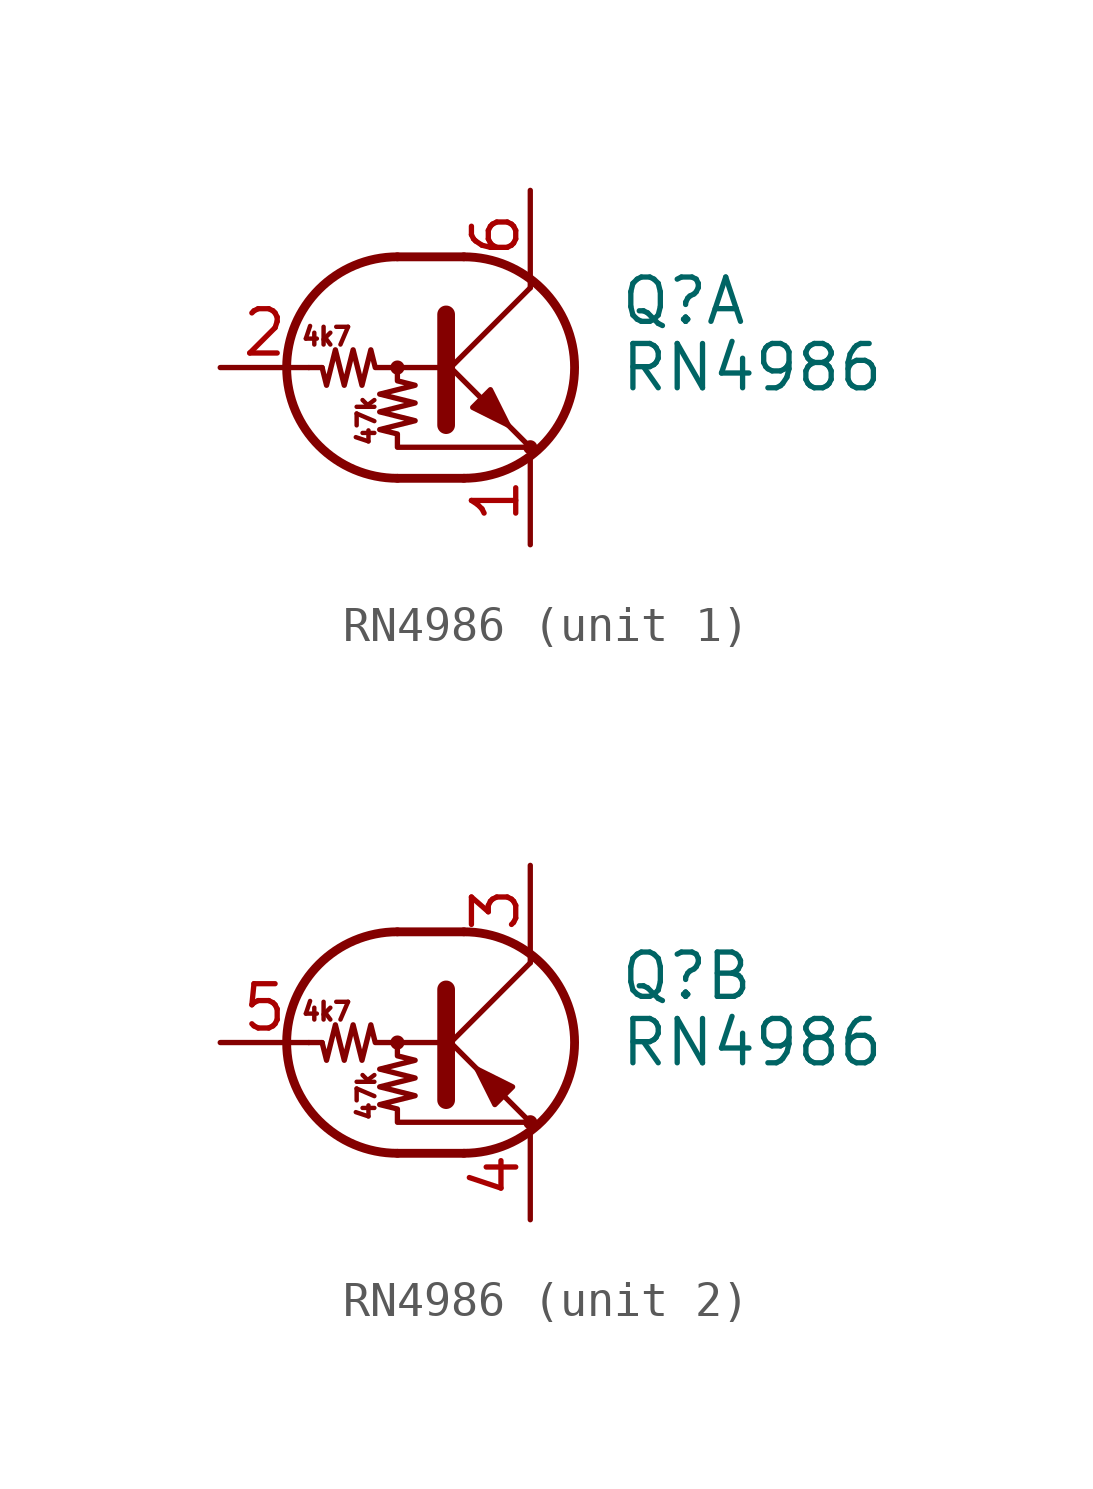
<source format=kicad_sym>
(kicad_symbol_lib
  (version 20220914)
  (generator kicad_symbol_editor)
  (symbol "RN4986"
    (pin_names
      (offset 0) hide)
    (property "Reference" "Q"
      (at 5.08 1.905 0)
      (effects (font (size 1.27 1.27)) (justify left)))
    (property "Value" "RN4986"
      (at 5.08 0 0)
      (effects (font (size 1.27 1.27)) (justify left)))
    (symbol "RN4986_0_0"
      (text "47k" (at -2.159 -1.524 900) (effects (font (size 0.508 0.508))))
      (text "4k7" (at -3.302 0.889 0) (effects (font (size 0.508 0.508)))))
    (symbol "RN4986_0_1"
      (circle (center -1.27 0) (radius 0.127) (stroke (width 0) (type default)) (fill (type none)))
      (arc (start -1.27 3.175) (mid -4.4312 0) (end -1.27 -3.175) (stroke (width 0.254) (type default)) (fill (type none)))
      (polyline (pts (xy -3.429 0) (xy -3.81 0)) (stroke (width 0) (type default)) (fill (type none)))
      (polyline (pts (xy -1.27 -3.175) (xy 0.635 -3.175)) (stroke (width 0.254) (type default)) (fill (type none)))
      (polyline (pts (xy -1.27 3.175) (xy 0.635 3.175)) (stroke (width 0.254) (type default)) (fill (type none)))
      (polyline (pts (xy 0 -0.254) (xy 2.54 2.286)) (stroke (width 0) (type default)) (fill (type none)))
      (polyline (pts (xy 0.127 1.524) (xy 0.127 -1.651)) (stroke (width 0.508) (type default)) (fill (type outline)))
      (polyline (pts (xy 2.54 2.286) (xy 2.54 2.54)) (stroke (width 0) (type default)) (fill (type none)))
      (polyline (pts (xy 2.54 -2.286) (xy 0 0.254) (xy 0 0.254)) (stroke (width 0) (type default)) (fill (type none)))
      (polyline (pts (xy 0 0) (xy -1.905 0) (xy -2.032 0.508) (xy -2.286 -0.508) (xy -2.54 0.508) (xy -2.794 -0.508) (xy -3.048 0.508) (xy -3.302 -0.508) (xy -3.429 0)) (stroke (width 0) (type default)) (fill (type none)))
      (polyline (pts (xy -1.27 0) (xy -1.27 -0.381) (xy -0.762 -0.508) (xy -1.778 -0.762) (xy -0.762 -1.016) (xy -1.778 -1.27) (xy -0.762 -1.524) (xy -1.778 -1.778) (xy -1.27 -1.905) (xy -1.27 -2.286) (xy 2.54 -2.286)) (stroke (width 0) (type default)) (fill (type none)))
      (arc (start 0.635 -3.175) (mid 3.7962 0) (end 0.635 3.175) (stroke (width 0.254) (type default)) (fill (type none)))
      (circle (center 2.54 -2.286) (radius 0.127) (stroke (width 0) (type default)) (fill (type none))))
    (symbol "RN4986_1_1"
      (polyline (pts (xy 0.889 -1.143) (xy 1.397 -0.635) (xy 1.905 -1.651) (xy 0.889 -1.143)) (stroke (width 0) (type default)) (fill (type outline)))
      (pin passive line (at 2.54 -5.08 90) (length 2.54) (name "E" (effects (font (size 1.27 1.27)))) (number "1" (effects (font (size 1.27 1.27)))))
      (pin input line (at -6.35 0 0) (length 2.54) (name "B" (effects (font (size 1.27 1.27)))) (number "2" (effects (font (size 1.27 1.27)))))
      (pin passive line (at 2.54 5.08 270) (length 2.54) (name "C" (effects (font (size 1.27 1.27)))) (number "6" (effects (font (size 1.27 1.27))))))
    (symbol "RN4986_2_1"
      (polyline (pts (xy 2.032 -1.27) (xy 1.524 -1.778) (xy 1.016 -0.762) (xy 2.032 -1.27)) (stroke (width 0) (type default)) (fill (type outline)))
      (pin passive line (at 2.54 5.08 270) (length 2.54) (name "C" (effects (font (size 1.27 1.27)))) (number "3" (effects (font (size 1.27 1.27)))))
      (pin passive line (at 2.54 -5.08 90) (length 2.54) (name "E" (effects (font (size 1.27 1.27)))) (number "4" (effects (font (size 1.27 1.27)))))
      (pin input line (at -6.35 0 0) (length 2.54) (name "B" (effects (font (size 1.27 1.27)))) (number "5" (effects (font (size 1.27 1.27))))))))
</source>
